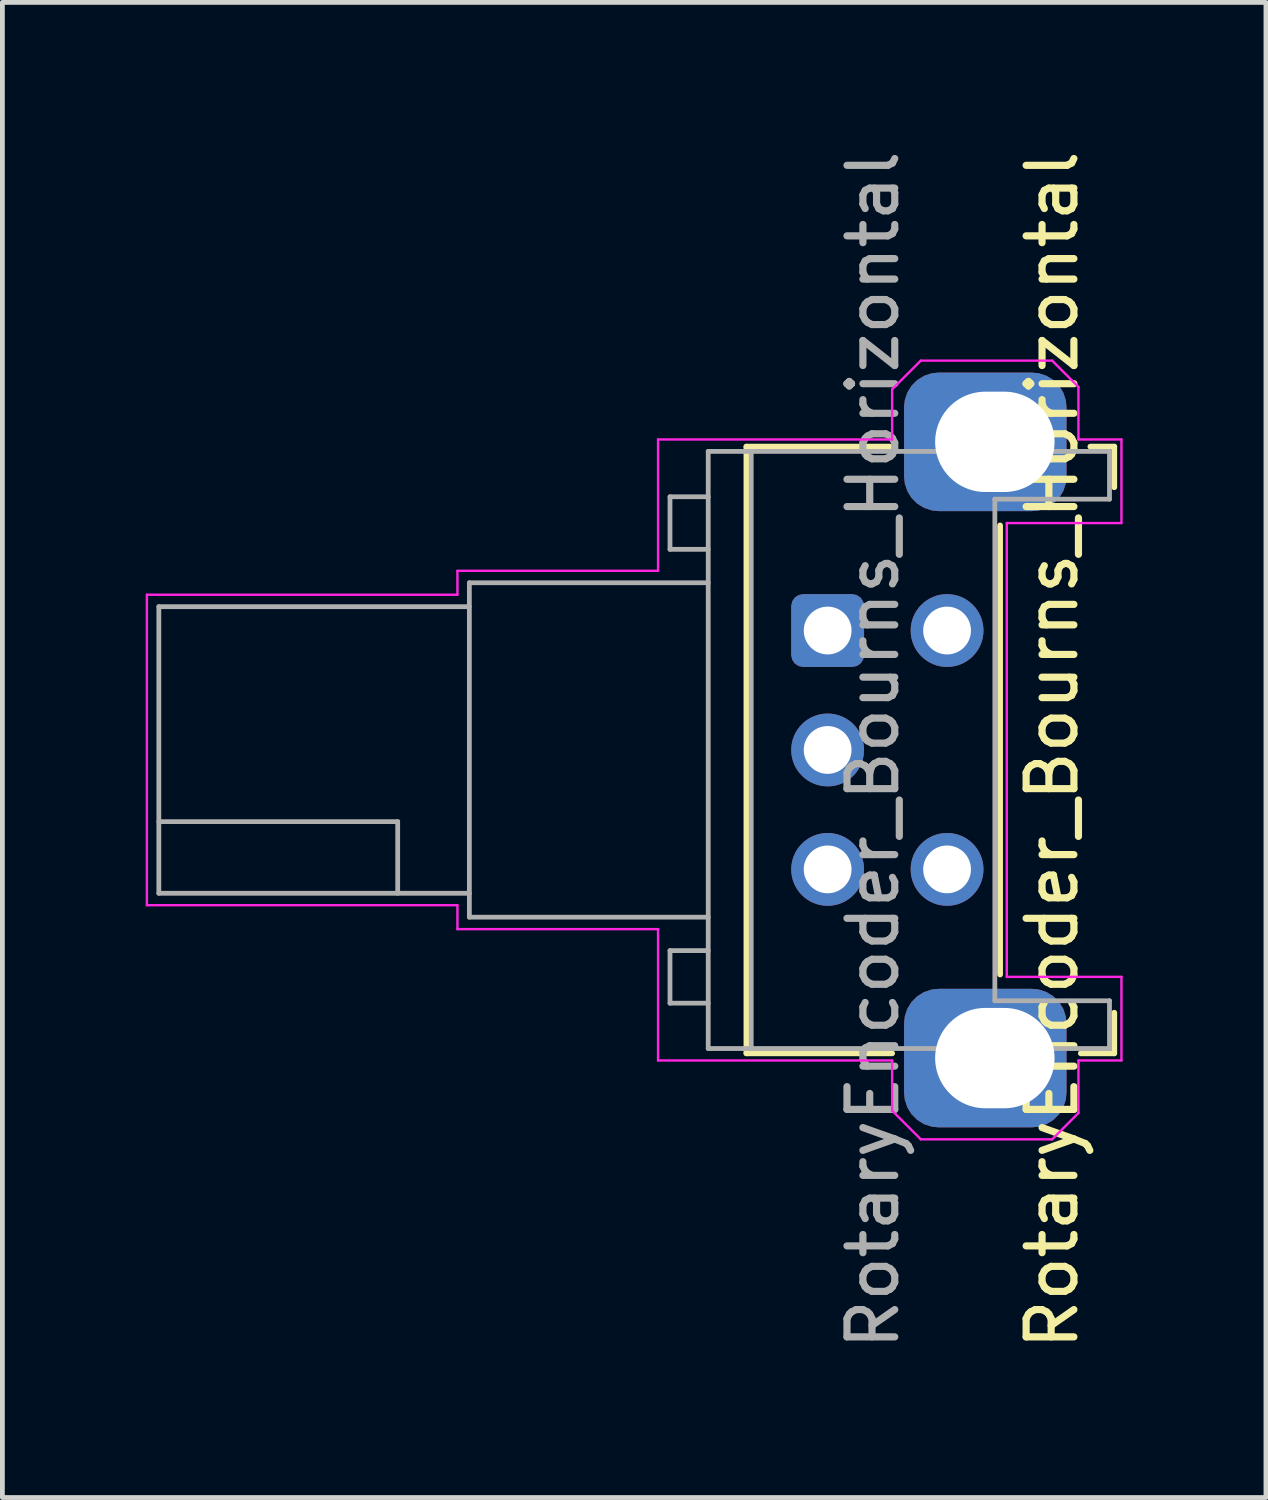
<source format=kicad_pcb>
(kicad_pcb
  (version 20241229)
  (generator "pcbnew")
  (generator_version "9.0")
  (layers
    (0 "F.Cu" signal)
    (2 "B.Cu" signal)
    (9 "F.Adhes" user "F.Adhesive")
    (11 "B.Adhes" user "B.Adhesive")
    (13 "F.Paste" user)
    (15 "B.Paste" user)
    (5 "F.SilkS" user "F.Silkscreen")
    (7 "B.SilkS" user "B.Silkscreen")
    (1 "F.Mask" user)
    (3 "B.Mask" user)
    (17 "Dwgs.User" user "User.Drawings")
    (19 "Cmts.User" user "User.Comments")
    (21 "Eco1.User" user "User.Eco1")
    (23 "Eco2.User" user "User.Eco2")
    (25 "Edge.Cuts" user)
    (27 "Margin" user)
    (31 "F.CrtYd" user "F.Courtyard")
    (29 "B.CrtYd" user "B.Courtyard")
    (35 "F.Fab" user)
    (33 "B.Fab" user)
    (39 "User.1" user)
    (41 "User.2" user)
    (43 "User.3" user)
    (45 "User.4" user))
  (footprint "RotaryEncoder_Bourns_Horizontal"
    (layer "F.Cu")
    (at 14.275 10.149)
    (property "Reference" "RotaryEncoder_Bourns_Horizontal" (at 4.7 2.5 270) (layer "F.SilkS") (effects (font (size 1 1) (thickness 0.15))))
    (attr through_hole)
    (fp_line (start -1.7 -3.85) (end -1.7 8.85) (stroke (width 0.12) (type solid)) (layer "F.SilkS"))
    (fp_line (start -1.7 8.85) (end 1.35 8.85) (stroke (width 0.12) (type solid)) (layer "F.SilkS"))
    (fp_line (start 1.3 -3.85) (end -1.7 -3.85) (stroke (width 0.12) (type solid)) (layer "F.SilkS"))
    (fp_line (start 3.61 -2.2) (end 3.61 7.2) (stroke (width 0.12) (type solid)) (layer "F.SilkS"))
    (fp_line (start 5.3 8.85) (end 6 8.85) (stroke (width 0.12) (type solid)) (layer "F.SilkS"))
    (fp_line (start 6 -3.85) (end 5.5 -3.85) (stroke (width 0.12) (type solid)) (layer "F.SilkS"))
    (fp_line (start 6 -3) (end 6 -3.85) (stroke (width 0.12) (type solid)) (layer "F.SilkS"))
    (fp_line (start 6 8.85) (end 6 8) (stroke (width 0.12) (type solid)) (layer "F.SilkS"))
    (fp_line (start -14.25 -0.75) (end -14.25 5.75) (stroke (width 0.05) (type default)) (layer "F.CrtYd"))
    (fp_line (start -14.25 5.75) (end -7.75 5.75) (stroke (width 0.05) (type default)) (layer "F.CrtYd"))
    (fp_line (start -7.75 -1.25) (end -3.55 -1.25) (stroke (width 0.05) (type default)) (layer "F.CrtYd"))
    (fp_line (start -7.75 -0.75) (end -14.25 -0.75) (stroke (width 0.05) (type default)) (layer "F.CrtYd"))
    (fp_line (start -7.75 -0.75) (end -7.75 -1.25) (stroke (width 0.05) (type default)) (layer "F.CrtYd"))
    (fp_line (start -7.75 5.75) (end -7.75 6.25) (stroke (width 0.05) (type default)) (layer "F.CrtYd"))
    (fp_line (start -7.75 6.25) (end -3.55 6.25) (stroke (width 0.05) (type default)) (layer "F.CrtYd"))
    (fp_line (start -3.55 -4) (end 1.35 -4) (stroke (width 0.05) (type solid)) (layer "F.CrtYd"))
    (fp_line (start -3.55 -1.25) (end -3.55 -4) (stroke (width 0.05) (type solid)) (layer "F.CrtYd"))
    (fp_line (start -3.55 9) (end -3.55 6.25) (stroke (width 0.05) (type solid)) (layer "F.CrtYd"))
    (fp_line (start 1.35 -5.05) (end 1.95 -5.65) (stroke (width 0.05) (type default)) (layer "F.CrtYd"))
    (fp_line (start 1.35 -4) (end 1.35 -5.05) (stroke (width 0.05) (type default)) (layer "F.CrtYd"))
    (fp_line (start 1.35 9) (end -3.55 9) (stroke (width 0.05) (type solid)) (layer "F.CrtYd"))
    (fp_line (start 1.35 10.05) (end 1.35 9) (stroke (width 0.05) (type default)) (layer "F.CrtYd"))
    (fp_line (start 1.35 10.05) (end 1.95 10.65) (stroke (width 0.05) (type default)) (layer "F.CrtYd"))
    (fp_line (start 3.75 -2.25) (end 6.15 -2.25) (stroke (width 0.05) (type default)) (layer "F.CrtYd"))
    (fp_line (start 3.75 7.25) (end 3.75 -2.25) (stroke (width 0.05) (type default)) (layer "F.CrtYd"))
    (fp_line (start 4.7 -5.65) (end 1.95 -5.65) (stroke (width 0.05) (type default)) (layer "F.CrtYd"))
    (fp_line (start 4.7 -5.65) (end 5.25 -5.1) (stroke (width 0.05) (type default)) (layer "F.CrtYd"))
    (fp_line (start 4.7 10.65) (end 1.95 10.65) (stroke (width 0.05) (type default)) (layer "F.CrtYd"))
    (fp_line (start 4.7 10.65) (end 5.25 10.1) (stroke (width 0.05) (type default)) (layer "F.CrtYd"))
    (fp_line (start 5.25 -4) (end 5.25 -5.1) (stroke (width 0.05) (type default)) (layer "F.CrtYd"))
    (fp_line (start 5.25 9) (end 5.25 10.1) (stroke (width 0.05) (type default)) (layer "F.CrtYd"))
    (fp_line (start 6.15 -4) (end 5.25 -4) (stroke (width 0.05) (type solid)) (layer "F.CrtYd"))
    (fp_line (start 6.15 -4) (end 6.15 -2.25) (stroke (width 0.05) (type solid)) (layer "F.CrtYd"))
    (fp_line (start 6.15 7.25) (end 3.75 7.25) (stroke (width 0.05) (type default)) (layer "F.CrtYd"))
    (fp_line (start 6.15 7.25) (end 6.15 9) (stroke (width 0.05) (type solid)) (layer "F.CrtYd"))
    (fp_line (start 6.15 9) (end 5.25 9) (stroke (width 0.05) (type solid)) (layer "F.CrtYd"))
    (fp_line (start -14 -0.5) (end -14 5.5) (stroke (width 0.1) (type default)) (layer "F.Fab"))
    (fp_line (start -14 4) (end -9 4) (stroke (width 0.1) (type default)) (layer "F.Fab"))
    (fp_line (start -14 5.5) (end -7.5 5.5) (stroke (width 0.1) (type solid)) (layer "F.Fab"))
    (fp_line (start -9 4) (end -9 5.5) (stroke (width 0.1) (type default)) (layer "F.Fab"))
    (fp_line (start -7.5 -1) (end -7.5 6) (stroke (width 0.1) (type default)) (layer "F.Fab"))
    (fp_line (start -7.5 -1) (end -2.5 -1) (stroke (width 0.1) (type default)) (layer "F.Fab"))
    (fp_line (start -7.5 -0.5) (end -14 -0.5) (stroke (width 0.1) (type solid)) (layer "F.Fab"))
    (fp_line (start -7.5 6) (end -2.5 6) (stroke (width 0.1) (type default)) (layer "F.Fab"))
    (fp_line (start -3.3 -2.8) (end -2.5 -2.8) (stroke (width 0.1) (type default)) (layer "F.Fab"))
    (fp_line (start -3.3 -1.7) (end -3.3 -2.8) (stroke (width 0.1) (type default)) (layer "F.Fab"))
    (fp_line (start -3.3 6.7) (end -2.5 6.7) (stroke (width 0.1) (type default)) (layer "F.Fab"))
    (fp_line (start -3.3 7.8) (end -3.3 6.7) (stroke (width 0.1) (type default)) (layer "F.Fab"))
    (fp_line (start -2.5 -3.75) (end 5.9 -3.75) (stroke (width 0.1) (type solid)) (layer "F.Fab"))
    (fp_line (start -2.5 -1.7) (end -3.3 -1.7) (stroke (width 0.1) (type default)) (layer "F.Fab"))
    (fp_line (start -2.5 7.8) (end -3.3 7.8) (stroke (width 0.1) (type default)) (layer "F.Fab"))
    (fp_line (start -2.5 8.75) (end -2.5 -3.75) (stroke (width 0.1) (type solid)) (layer "F.Fab"))
    (fp_line (start -1.6 8.75) (end -1.6 -3.75) (stroke (width 0.1) (type solid)) (layer "F.Fab"))
    (fp_line (start 3.5 -2.75) (end 5.9 -2.75) (stroke (width 0.1) (type default)) (layer "F.Fab"))
    (fp_line (start 3.5 7.75) (end 3.5 -2.75) (stroke (width 0.1) (type default)) (layer "F.Fab"))
    (fp_line (start 3.5 7.75) (end 5.9 7.75) (stroke (width 0.1) (type default)) (layer "F.Fab"))
    (fp_line (start 5.9 -3.7) (end 5.9 -2.75) (stroke (width 0.1) (type solid)) (layer "F.Fab"))
    (fp_line (start 5.9 7.75) (end 5.9 8.75) (stroke (width 0.1) (type solid)) (layer "F.Fab"))
    (fp_line (start 5.9 8.75) (end -2.5 8.75) (stroke (width 0.1) (type solid)) (layer "F.Fab"))
    (fp_text user "${REFERENCE}" (at 0.95 2.5 90) (layer "F.Fab") (effects (font (size 1 1) (thickness 0.15))))
    (pad "A" thru_hole roundrect (at 0 0 270) (size 1.524 1.524) (drill 1) (layers "*.Cu" "*.Mask") (roundrect_rratio 0.164))
    (pad "B" thru_hole circle (at 0 5 270) (size 1.524 1.524) (drill 1) (layers "*.Cu" "*.Mask"))
    (pad "C" thru_hole circle (at 0 2.5 270) (size 1.524 1.524) (drill 1) (layers "*.Cu" "*.Mask"))
    (pad "S1" thru_hole circle (at 2.5 0 270) (size 1.524 1.524) (drill 1) (layers "*.Cu" "*.Mask"))
    (pad "S2" thru_hole circle (at 2.5 5 270) (size 1.524 1.524) (drill 1) (layers "*.Cu" "*.Mask"))
    (pad "SH" thru_hole roundrect (at 3.5 -3.95 180) (size 3.4 2.9) (drill oval 2.5 2.1 (offset 0.2 0)) (layers "*.Cu" "*.Mask") (roundrect_rratio 0.25))
    (pad "SH" thru_hole roundrect (at 3.5 8.95 180) (size 3.4 2.9) (drill oval 2.5 2.1 (offset 0.2 0)) (layers "*.Cu" "*.Mask") (roundrect_rratio 0.25))
    (zone (net_name "") (layer "F.Cu") (name "Shell contact") (hatch edge 0.5) (connect_pads) (min_thickness 0.25) (filled_areas_thickness no) (keepout (tracks not_allowed) (vias not_allowed) (pads not_allowed) (copperpour not_allowed) (footprints not_allowed)) (placement (enabled no)) (fill) (polygon (pts (xy 13.925 7.399) (xy 13.925 6.149) (xy 12.425 6.149) (xy 12.425 7.399))))
    (zone (net_name "") (layer "F.Cu") (name "Shell contact") (hatch edge 0.5) (connect_pads) (min_thickness 0.25) (filled_areas_thickness no) (keepout (tracks not_allowed) (vias not_allowed) (pads not_allowed) (copperpour not_allowed) (footprints not_allowed)) (placement (enabled no)) (fill) (polygon (pts (xy 13.925 19.149) (xy 13.925 17.899) (xy 12.425 17.899) (xy 12.425 19.149))))
    (zone (net_name "") (layer "F.Cu") (name "Shell contact") (hatch edge 0.5) (connect_pads) (min_thickness 0.25) (filled_areas_thickness no) (keepout (tracks not_allowed) (vias not_allowed) (pads not_allowed) (copperpour not_allowed) (footprints not_allowed)) (placement (enabled no)) (fill) (polygon (pts (xy 20.275 7.399) (xy 20.275 6.149) (xy 19.275 6.149) (xy 19.275 7.399))))
    (zone (net_name "") (layer "F.Cu") (name "Shell contact") (hatch edge 0.5) (connect_pads) (min_thickness 0.25) (filled_areas_thickness no) (keepout (tracks not_allowed) (vias not_allowed) (pads not_allowed) (copperpour not_allowed) (footprints not_allowed)) (placement (enabled no)) (fill) (polygon (pts (xy 20.275 19.149) (xy 20.275 17.899) (xy 19.275 17.899) (xy 19.275 19.149)))))
  (gr_rect
    (start -3 -3)
    (end 23.45 28.298)
    (stroke (width 0.1) (type default))
    (fill no)
    (layer "Edge.Cuts")))
</source>
